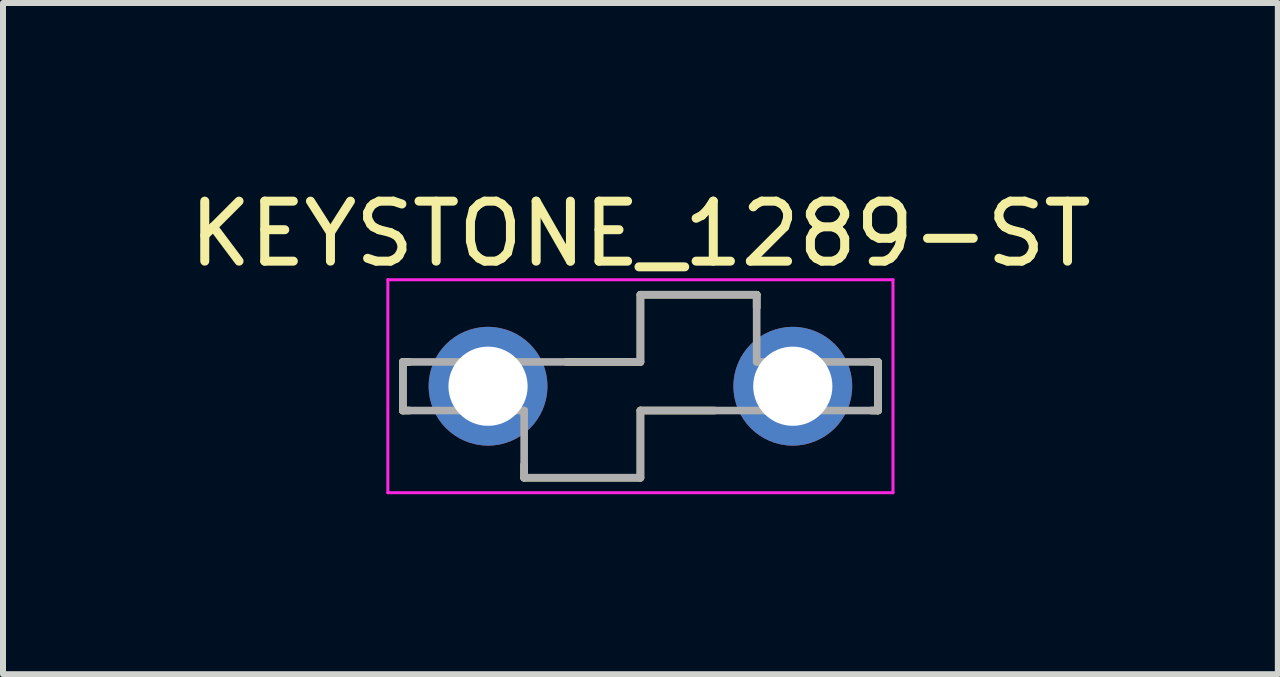
<source format=kicad_pcb>
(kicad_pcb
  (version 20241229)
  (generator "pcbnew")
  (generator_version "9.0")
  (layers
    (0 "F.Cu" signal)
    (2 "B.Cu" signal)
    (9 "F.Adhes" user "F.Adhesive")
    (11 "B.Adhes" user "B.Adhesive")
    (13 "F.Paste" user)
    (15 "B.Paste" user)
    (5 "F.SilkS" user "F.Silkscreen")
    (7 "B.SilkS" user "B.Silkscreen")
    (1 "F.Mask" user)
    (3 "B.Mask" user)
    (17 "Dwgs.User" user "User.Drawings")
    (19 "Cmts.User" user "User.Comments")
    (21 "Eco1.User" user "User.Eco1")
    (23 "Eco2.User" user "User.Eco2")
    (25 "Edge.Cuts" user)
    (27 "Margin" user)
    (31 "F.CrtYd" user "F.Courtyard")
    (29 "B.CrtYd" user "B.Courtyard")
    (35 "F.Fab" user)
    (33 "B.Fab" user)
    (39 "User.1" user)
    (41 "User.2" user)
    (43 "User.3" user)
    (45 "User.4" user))
  (footprint "KEYSTONE_1289-ST"
    (layer "F.Cu")
    (at 7.625 3.388)
    (property "Reference" "KEYSTONE_1289-ST" (at 0 -2.54 0) (layer "F.SilkS") (effects (font (size 1 1) (thickness 0.15))))
    (attr through_hole)
    (fp_line (start -3.96 -0.405) (end -3.85 -0.405) (stroke (width 0.127) (type solid)) (layer "F.SilkS"))
    (fp_line (start -3.96 0.405) (end -3.96 -0.405) (stroke (width 0.127) (type solid)) (layer "F.SilkS"))
    (fp_line (start -3.85 0.405) (end -3.96 0.405) (stroke (width 0.127) (type solid)) (layer "F.SilkS"))
    (fp_line (start -1.938 1.525) (end -1.938 1.31) (stroke (width 0.127) (type solid)) (layer "F.SilkS"))
    (fp_line (start -1.236 -0.405) (end 0 -0.405) (stroke (width 0.127) (type solid)) (layer "F.SilkS"))
    (fp_line (start 0 -1.525) (end 1.938 -1.525) (stroke (width 0.127) (type solid)) (layer "F.SilkS"))
    (fp_line (start 0 -0.405) (end 0 -1.525) (stroke (width 0.127) (type solid)) (layer "F.SilkS"))
    (fp_line (start 0 0.405) (end 0 1.525) (stroke (width 0.127) (type solid)) (layer "F.SilkS"))
    (fp_line (start 0 0.405) (end 1.236 0.405) (stroke (width 0.127) (type solid)) (layer "F.SilkS"))
    (fp_line (start 0 1.525) (end -1.938 1.525) (stroke (width 0.127) (type solid)) (layer "F.SilkS"))
    (fp_line (start 1.938 -1.525) (end 1.938 -1.31) (stroke (width 0.127) (type solid)) (layer "F.SilkS"))
    (fp_line (start 3.85 -0.405) (end 3.96 -0.405) (stroke (width 0.127) (type solid)) (layer "F.SilkS"))
    (fp_line (start 3.96 -0.405) (end 3.96 0.405) (stroke (width 0.127) (type solid)) (layer "F.SilkS"))
    (fp_line (start 3.96 0.405) (end 3.85 0.405) (stroke (width 0.127) (type solid)) (layer "F.SilkS"))
    (fp_line (start -4.21 -1.775) (end 4.21 -1.775) (stroke (width 0.05) (type solid)) (layer "F.CrtYd"))
    (fp_line (start -4.21 1.775) (end -4.21 -1.775) (stroke (width 0.05) (type solid)) (layer "F.CrtYd"))
    (fp_line (start 4.21 -1.775) (end 4.21 1.775) (stroke (width 0.05) (type solid)) (layer "F.CrtYd"))
    (fp_line (start 4.21 1.775) (end -4.21 1.775) (stroke (width 0.05) (type solid)) (layer "F.CrtYd"))
    (fp_line (start -3.96 -0.405) (end 0 -0.405) (stroke (width 0.127) (type solid)) (layer "F.Fab"))
    (fp_line (start -3.96 0.405) (end -3.96 -0.405) (stroke (width 0.127) (type solid)) (layer "F.Fab"))
    (fp_line (start -1.938 0.405) (end -3.96 0.405) (stroke (width 0.127) (type solid)) (layer "F.Fab"))
    (fp_line (start -1.938 1.525) (end -1.938 0.405) (stroke (width 0.127) (type solid)) (layer "F.Fab"))
    (fp_line (start 0 -1.525) (end 1.938 -1.525) (stroke (width 0.127) (type solid)) (layer "F.Fab"))
    (fp_line (start 0 -0.405) (end 0 -1.525) (stroke (width 0.127) (type solid)) (layer "F.Fab"))
    (fp_line (start 0 0.405) (end 0 1.525) (stroke (width 0.127) (type solid)) (layer "F.Fab"))
    (fp_line (start 0 1.525) (end -1.938 1.525) (stroke (width 0.127) (type solid)) (layer "F.Fab"))
    (fp_line (start 1.938 -1.525) (end 1.938 -0.405) (stroke (width 0.127) (type solid)) (layer "F.Fab"))
    (fp_line (start 1.938 -0.405) (end 3.96 -0.405) (stroke (width 0.127) (type solid)) (layer "F.Fab"))
    (fp_line (start 3.96 -0.405) (end 3.96 0.405) (stroke (width 0.127) (type solid)) (layer "F.Fab"))
    (fp_line (start 3.96 0.405) (end 0 0.405) (stroke (width 0.127) (type solid)) (layer "F.Fab"))
    (pad "1_1" thru_hole circle (at -2.54 0) (size 1.98 1.98) (drill 1.32) (layers "*.Cu" "*.Mask"))
    (pad "1_2" thru_hole circle (at 2.54 0) (size 1.98 1.98) (drill 1.32) (layers "*.Cu" "*.Mask")))
  (gr_rect
    (start -3 -3)
    (end 18.25 8.188)
    (stroke (width 0.1) (type default))
    (fill no)
    (layer "Edge.Cuts")))
</source>
